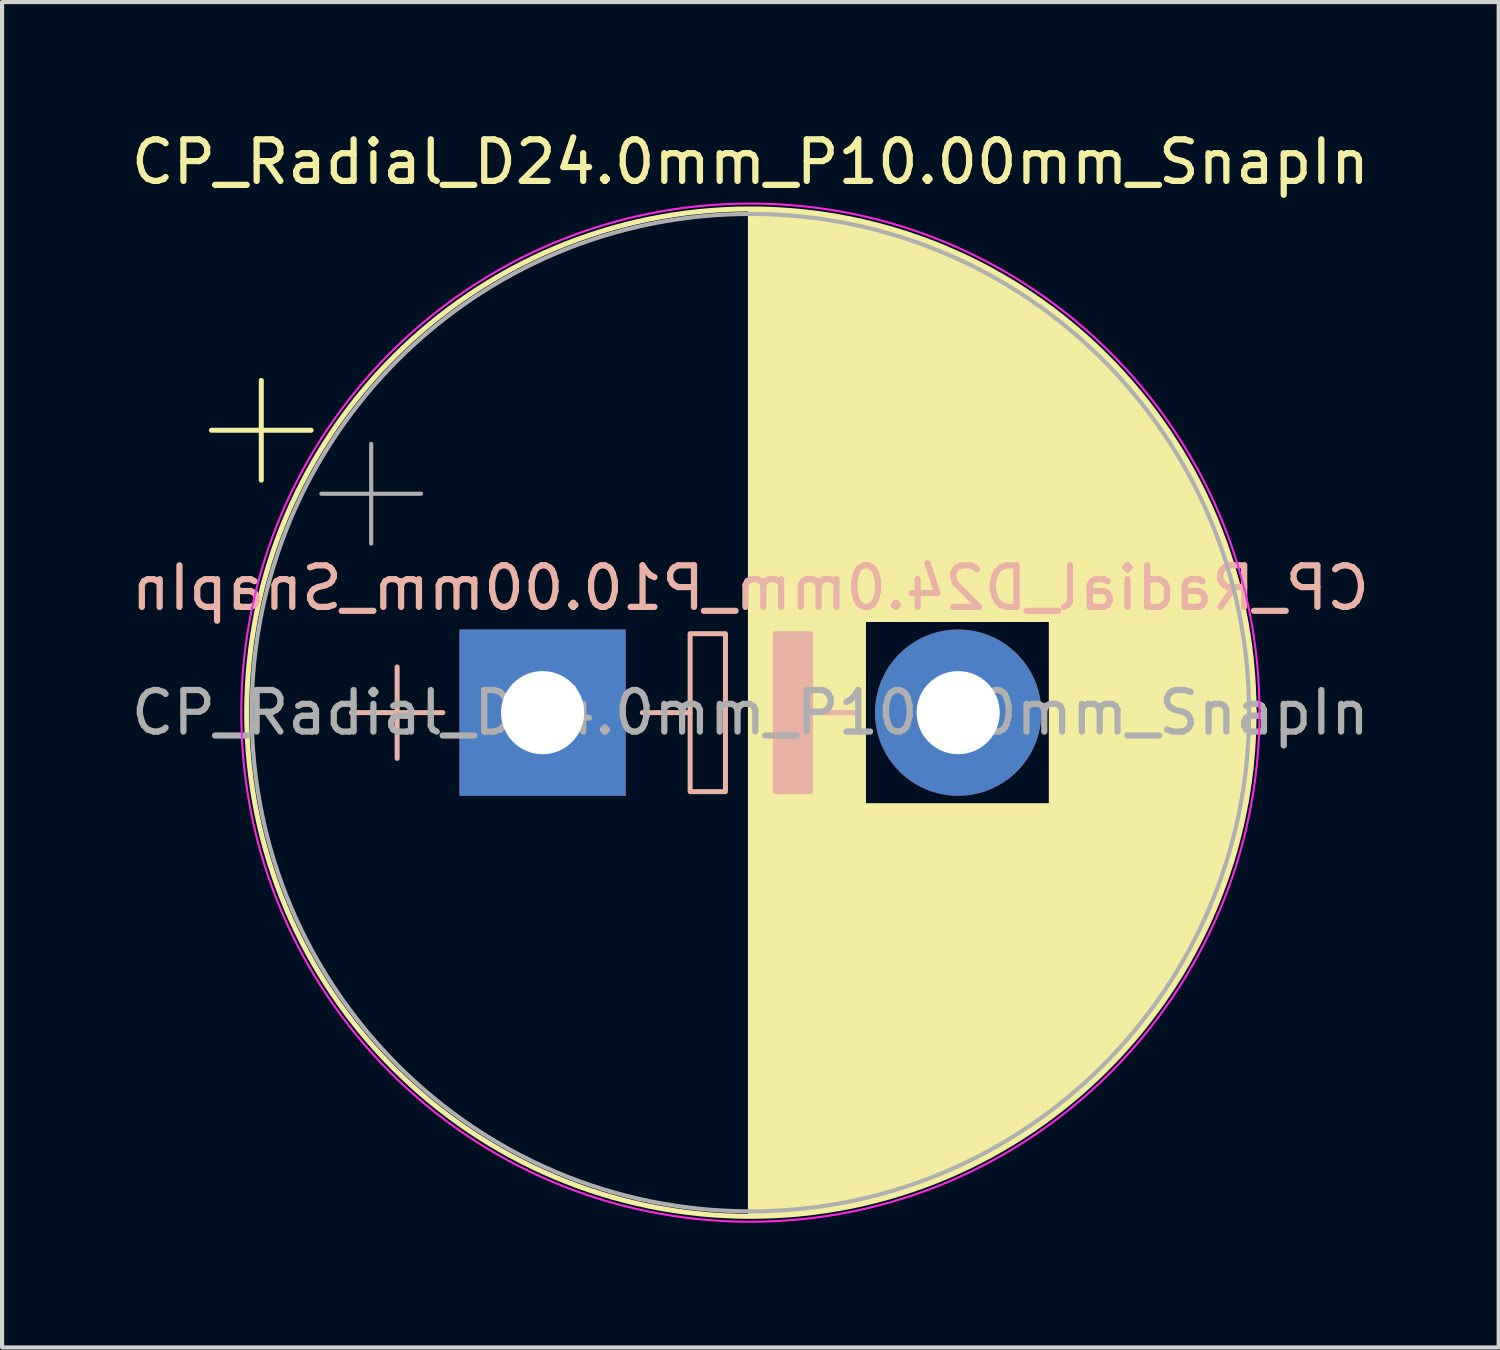
<source format=kicad_pcb>
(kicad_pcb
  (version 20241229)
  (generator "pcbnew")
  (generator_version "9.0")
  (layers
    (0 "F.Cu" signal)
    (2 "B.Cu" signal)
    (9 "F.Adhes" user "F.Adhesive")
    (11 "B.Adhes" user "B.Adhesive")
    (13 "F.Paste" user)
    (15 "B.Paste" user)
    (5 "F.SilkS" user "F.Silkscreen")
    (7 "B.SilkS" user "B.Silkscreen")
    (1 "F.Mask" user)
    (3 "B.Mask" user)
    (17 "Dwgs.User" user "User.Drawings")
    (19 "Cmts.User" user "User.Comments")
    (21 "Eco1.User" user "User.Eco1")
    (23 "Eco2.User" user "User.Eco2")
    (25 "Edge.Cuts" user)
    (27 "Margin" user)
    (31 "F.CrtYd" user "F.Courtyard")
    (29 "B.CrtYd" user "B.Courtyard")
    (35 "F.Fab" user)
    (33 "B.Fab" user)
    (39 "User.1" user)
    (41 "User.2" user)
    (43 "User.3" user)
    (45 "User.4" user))
  (footprint "CP_Radial_D24.0mm_P10.00mm_SnapIn"
    (layer "F.Cu")
    (at 10.006 14.098)
    (property "Reference" "CP_Radial_D24.0mm_P10.00mm_SnapIn" (at 5 -13.25 0) (layer "F.SilkS") (effects (font (size 1 1) (thickness 0.15))))
    (fp_line (start -7.969 -6.795) (end -5.569 -6.795) (stroke (width 0.12) (type solid)) (layer "F.SilkS"))
    (fp_line (start -6.769 -7.995) (end -6.769 -5.595) (stroke (width 0.12) (type solid)) (layer "F.SilkS"))
    (fp_line (start 5 -12.081) (end 5 12.081) (stroke (width 0.12) (type solid)) (layer "F.SilkS"))
    (fp_line (start 5.04 -12.08) (end 5.04 12.08) (stroke (width 0.12) (type solid)) (layer "F.SilkS"))
    (fp_line (start 5.08 -12.08) (end 5.08 12.08) (stroke (width 0.12) (type solid)) (layer "F.SilkS"))
    (fp_line (start 5.12 -12.08) (end 5.12 12.08) (stroke (width 0.12) (type solid)) (layer "F.SilkS"))
    (fp_line (start 5.16 -12.079) (end 5.16 12.079) (stroke (width 0.12) (type solid)) (layer "F.SilkS"))
    (fp_line (start 5.2 -12.079) (end 5.2 12.079) (stroke (width 0.12) (type solid)) (layer "F.SilkS"))
    (fp_line (start 5.24 -12.078) (end 5.24 12.078) (stroke (width 0.12) (type solid)) (layer "F.SilkS"))
    (fp_line (start 5.28 -12.077) (end 5.28 12.077) (stroke (width 0.12) (type solid)) (layer "F.SilkS"))
    (fp_line (start 5.32 -12.076) (end 5.32 12.076) (stroke (width 0.12) (type solid)) (layer "F.SilkS"))
    (fp_line (start 5.36 -12.075) (end 5.36 12.075) (stroke (width 0.12) (type solid)) (layer "F.SilkS"))
    (fp_line (start 5.4 -12.074) (end 5.4 12.074) (stroke (width 0.12) (type solid)) (layer "F.SilkS"))
    (fp_line (start 5.44 -12.073) (end 5.44 12.073) (stroke (width 0.12) (type solid)) (layer "F.SilkS"))
    (fp_line (start 5.48 -12.071) (end 5.48 12.071) (stroke (width 0.12) (type solid)) (layer "F.SilkS"))
    (fp_line (start 5.52 -12.069) (end 5.52 12.069) (stroke (width 0.12) (type solid)) (layer "F.SilkS"))
    (fp_line (start 5.56 -12.068) (end 5.56 12.068) (stroke (width 0.12) (type solid)) (layer "F.SilkS"))
    (fp_line (start 5.6 -12.066) (end 5.6 12.066) (stroke (width 0.12) (type solid)) (layer "F.SilkS"))
    (fp_line (start 5.64 -12.064) (end 5.64 12.064) (stroke (width 0.12) (type solid)) (layer "F.SilkS"))
    (fp_line (start 5.68 -12.061) (end 5.68 12.061) (stroke (width 0.12) (type solid)) (layer "F.SilkS"))
    (fp_line (start 5.721 -12.059) (end 5.721 12.059) (stroke (width 0.12) (type solid)) (layer "F.SilkS"))
    (fp_line (start 5.761 -12.057) (end 5.761 12.057) (stroke (width 0.12) (type solid)) (layer "F.SilkS"))
    (fp_line (start 5.801 -12.054) (end 5.801 12.054) (stroke (width 0.12) (type solid)) (layer "F.SilkS"))
    (fp_line (start 5.841 -12.051) (end 5.841 12.051) (stroke (width 0.12) (type solid)) (layer "F.SilkS"))
    (fp_line (start 5.881 -12.049) (end 5.881 12.049) (stroke (width 0.12) (type solid)) (layer "F.SilkS"))
    (fp_line (start 5.921 -12.046) (end 5.921 12.046) (stroke (width 0.12) (type solid)) (layer "F.SilkS"))
    (fp_line (start 5.961 -12.042) (end 5.961 12.042) (stroke (width 0.12) (type solid)) (layer "F.SilkS"))
    (fp_line (start 6.001 -12.039) (end 6.001 12.039) (stroke (width 0.12) (type solid)) (layer "F.SilkS"))
    (fp_line (start 6.041 -12.036) (end 6.041 12.036) (stroke (width 0.12) (type solid)) (layer "F.SilkS"))
    (fp_line (start 6.081 -12.032) (end 6.081 12.032) (stroke (width 0.12) (type solid)) (layer "F.SilkS"))
    (fp_line (start 6.121 -12.029) (end 6.121 12.029) (stroke (width 0.12) (type solid)) (layer "F.SilkS"))
    (fp_line (start 6.161 -12.025) (end 6.161 12.025) (stroke (width 0.12) (type solid)) (layer "F.SilkS"))
    (fp_line (start 6.201 -12.021) (end 6.201 12.021) (stroke (width 0.12) (type solid)) (layer "F.SilkS"))
    (fp_line (start 6.241 -12.017) (end 6.241 12.017) (stroke (width 0.12) (type solid)) (layer "F.SilkS"))
    (fp_line (start 6.281 -12.013) (end 6.281 12.013) (stroke (width 0.12) (type solid)) (layer "F.SilkS"))
    (fp_line (start 6.321 -12.008) (end 6.321 12.008) (stroke (width 0.12) (type solid)) (layer "F.SilkS"))
    (fp_line (start 6.361 -12.004) (end 6.361 12.004) (stroke (width 0.12) (type solid)) (layer "F.SilkS"))
    (fp_line (start 6.401 -11.999) (end 6.401 11.999) (stroke (width 0.12) (type solid)) (layer "F.SilkS"))
    (fp_line (start 6.441 -11.995) (end 6.441 11.995) (stroke (width 0.12) (type solid)) (layer "F.SilkS"))
    (fp_line (start 6.481 -11.99) (end 6.481 11.99) (stroke (width 0.12) (type solid)) (layer "F.SilkS"))
    (fp_line (start 6.521 -11.985) (end 6.521 11.985) (stroke (width 0.12) (type solid)) (layer "F.SilkS"))
    (fp_line (start 6.561 -11.98) (end 6.561 11.98) (stroke (width 0.12) (type solid)) (layer "F.SilkS"))
    (fp_line (start 6.601 -11.974) (end 6.601 11.974) (stroke (width 0.12) (type solid)) (layer "F.SilkS"))
    (fp_line (start 6.641 -11.969) (end 6.641 11.969) (stroke (width 0.12) (type solid)) (layer "F.SilkS"))
    (fp_line (start 6.681 -11.963) (end 6.681 11.963) (stroke (width 0.12) (type solid)) (layer "F.SilkS"))
    (fp_line (start 6.721 -11.958) (end 6.721 11.958) (stroke (width 0.12) (type solid)) (layer "F.SilkS"))
    (fp_line (start 6.761 -11.952) (end 6.761 11.952) (stroke (width 0.12) (type solid)) (layer "F.SilkS"))
    (fp_line (start 6.801 -11.946) (end 6.801 11.946) (stroke (width 0.12) (type solid)) (layer "F.SilkS"))
    (fp_line (start 6.841 -11.94) (end 6.841 11.94) (stroke (width 0.12) (type solid)) (layer "F.SilkS"))
    (fp_line (start 6.881 -11.934) (end 6.881 11.934) (stroke (width 0.12) (type solid)) (layer "F.SilkS"))
    (fp_line (start 6.921 -11.927) (end 6.921 11.927) (stroke (width 0.12) (type solid)) (layer "F.SilkS"))
    (fp_line (start 6.961 -11.921) (end 6.961 11.921) (stroke (width 0.12) (type solid)) (layer "F.SilkS"))
    (fp_line (start 7.001 -11.914) (end 7.001 11.914) (stroke (width 0.12) (type solid)) (layer "F.SilkS"))
    (fp_line (start 7.041 -11.908) (end 7.041 11.908) (stroke (width 0.12) (type solid)) (layer "F.SilkS"))
    (fp_line (start 7.081 -11.901) (end 7.081 11.901) (stroke (width 0.12) (type solid)) (layer "F.SilkS"))
    (fp_line (start 7.121 -11.894) (end 7.121 11.894) (stroke (width 0.12) (type solid)) (layer "F.SilkS"))
    (fp_line (start 7.161 -11.886) (end 7.161 11.886) (stroke (width 0.12) (type solid)) (layer "F.SilkS"))
    (fp_line (start 7.201 -11.879) (end 7.201 11.879) (stroke (width 0.12) (type solid)) (layer "F.SilkS"))
    (fp_line (start 7.241 -11.872) (end 7.241 11.872) (stroke (width 0.12) (type solid)) (layer "F.SilkS"))
    (fp_line (start 7.281 -11.864) (end 7.281 11.864) (stroke (width 0.12) (type solid)) (layer "F.SilkS"))
    (fp_line (start 7.321 -11.856) (end 7.321 11.856) (stroke (width 0.12) (type solid)) (layer "F.SilkS"))
    (fp_line (start 7.361 -11.849) (end 7.361 11.849) (stroke (width 0.12) (type solid)) (layer "F.SilkS"))
    (fp_line (start 7.401 -11.841) (end 7.401 11.841) (stroke (width 0.12) (type solid)) (layer "F.SilkS"))
    (fp_line (start 7.441 -11.832) (end 7.441 11.832) (stroke (width 0.12) (type solid)) (layer "F.SilkS"))
    (fp_line (start 7.481 -11.824) (end 7.481 11.824) (stroke (width 0.12) (type solid)) (layer "F.SilkS"))
    (fp_line (start 7.521 -11.816) (end 7.521 11.816) (stroke (width 0.12) (type solid)) (layer "F.SilkS"))
    (fp_line (start 7.561 -11.807) (end 7.561 11.807) (stroke (width 0.12) (type solid)) (layer "F.SilkS"))
    (fp_line (start 7.601 -11.798) (end 7.601 11.798) (stroke (width 0.12) (type solid)) (layer "F.SilkS"))
    (fp_line (start 7.641 -11.789) (end 7.641 11.789) (stroke (width 0.12) (type solid)) (layer "F.SilkS"))
    (fp_line (start 7.681 -11.78) (end 7.681 11.78) (stroke (width 0.12) (type solid)) (layer "F.SilkS"))
    (fp_line (start 7.721 -11.771) (end 7.721 11.771) (stroke (width 0.12) (type solid)) (layer "F.SilkS"))
    (fp_line (start 7.761 -11.762) (end 7.761 -2.24) (stroke (width 0.12) (type solid)) (layer "F.SilkS"))
    (fp_line (start 7.761 2.24) (end 7.761 11.762) (stroke (width 0.12) (type solid)) (layer "F.SilkS"))
    (fp_line (start 7.801 -11.753) (end 7.801 -2.24) (stroke (width 0.12) (type solid)) (layer "F.SilkS"))
    (fp_line (start 7.801 2.24) (end 7.801 11.753) (stroke (width 0.12) (type solid)) (layer "F.SilkS"))
    (fp_line (start 7.841 -11.743) (end 7.841 -2.24) (stroke (width 0.12) (type solid)) (layer "F.SilkS"))
    (fp_line (start 7.841 2.24) (end 7.841 11.743) (stroke (width 0.12) (type solid)) (layer "F.SilkS"))
    (fp_line (start 7.881 -11.733) (end 7.881 -2.24) (stroke (width 0.12) (type solid)) (layer "F.SilkS"))
    (fp_line (start 7.881 2.24) (end 7.881 11.733) (stroke (width 0.12) (type solid)) (layer "F.SilkS"))
    (fp_line (start 7.921 -11.723) (end 7.921 -2.24) (stroke (width 0.12) (type solid)) (layer "F.SilkS"))
    (fp_line (start 7.921 2.24) (end 7.921 11.723) (stroke (width 0.12) (type solid)) (layer "F.SilkS"))
    (fp_line (start 7.961 -11.713) (end 7.961 -2.24) (stroke (width 0.12) (type solid)) (layer "F.SilkS"))
    (fp_line (start 7.961 2.24) (end 7.961 11.713) (stroke (width 0.12) (type solid)) (layer "F.SilkS"))
    (fp_line (start 8.001 -11.703) (end 8.001 -2.24) (stroke (width 0.12) (type solid)) (layer "F.SilkS"))
    (fp_line (start 8.001 2.24) (end 8.001 11.703) (stroke (width 0.12) (type solid)) (layer "F.SilkS"))
    (fp_line (start 8.041 -11.693) (end 8.041 -2.24) (stroke (width 0.12) (type solid)) (layer "F.SilkS"))
    (fp_line (start 8.041 2.24) (end 8.041 11.693) (stroke (width 0.12) (type solid)) (layer "F.SilkS"))
    (fp_line (start 8.081 -11.683) (end 8.081 -2.24) (stroke (width 0.12) (type solid)) (layer "F.SilkS"))
    (fp_line (start 8.081 2.24) (end 8.081 11.683) (stroke (width 0.12) (type solid)) (layer "F.SilkS"))
    (fp_line (start 8.121 -11.672) (end 8.121 -2.24) (stroke (width 0.12) (type solid)) (layer "F.SilkS"))
    (fp_line (start 8.121 2.24) (end 8.121 11.672) (stroke (width 0.12) (type solid)) (layer "F.SilkS"))
    (fp_line (start 8.161 -11.661) (end 8.161 -2.24) (stroke (width 0.12) (type solid)) (layer "F.SilkS"))
    (fp_line (start 8.161 2.24) (end 8.161 11.661) (stroke (width 0.12) (type solid)) (layer "F.SilkS"))
    (fp_line (start 8.201 -11.65) (end 8.201 -2.24) (stroke (width 0.12) (type solid)) (layer "F.SilkS"))
    (fp_line (start 8.201 2.24) (end 8.201 11.65) (stroke (width 0.12) (type solid)) (layer "F.SilkS"))
    (fp_line (start 8.241 -11.639) (end 8.241 -2.24) (stroke (width 0.12) (type solid)) (layer "F.SilkS"))
    (fp_line (start 8.241 2.24) (end 8.241 11.639) (stroke (width 0.12) (type solid)) (layer "F.SilkS"))
    (fp_line (start 8.281 -11.628) (end 8.281 -2.24) (stroke (width 0.12) (type solid)) (layer "F.SilkS"))
    (fp_line (start 8.281 2.24) (end 8.281 11.628) (stroke (width 0.12) (type solid)) (layer "F.SilkS"))
    (fp_line (start 8.321 -11.617) (end 8.321 -2.24) (stroke (width 0.12) (type solid)) (layer "F.SilkS"))
    (fp_line (start 8.321 2.24) (end 8.321 11.617) (stroke (width 0.12) (type solid)) (layer "F.SilkS"))
    (fp_line (start 8.361 -11.605) (end 8.361 -2.24) (stroke (width 0.12) (type solid)) (layer "F.SilkS"))
    (fp_line (start 8.361 2.24) (end 8.361 11.605) (stroke (width 0.12) (type solid)) (layer "F.SilkS"))
    (fp_line (start 8.401 -11.594) (end 8.401 -2.24) (stroke (width 0.12) (type solid)) (layer "F.SilkS"))
    (fp_line (start 8.401 2.24) (end 8.401 11.594) (stroke (width 0.12) (type solid)) (layer "F.SilkS"))
    (fp_line (start 8.441 -11.582) (end 8.441 -2.24) (stroke (width 0.12) (type solid)) (layer "F.SilkS"))
    (fp_line (start 8.441 2.24) (end 8.441 11.582) (stroke (width 0.12) (type solid)) (layer "F.SilkS"))
    (fp_line (start 8.481 -11.57) (end 8.481 -2.24) (stroke (width 0.12) (type solid)) (layer "F.SilkS"))
    (fp_line (start 8.481 2.24) (end 8.481 11.57) (stroke (width 0.12) (type solid)) (layer "F.SilkS"))
    (fp_line (start 8.521 -11.558) (end 8.521 -2.24) (stroke (width 0.12) (type solid)) (layer "F.SilkS"))
    (fp_line (start 8.521 2.24) (end 8.521 11.558) (stroke (width 0.12) (type solid)) (layer "F.SilkS"))
    (fp_line (start 8.561 -11.546) (end 8.561 -2.24) (stroke (width 0.12) (type solid)) (layer "F.SilkS"))
    (fp_line (start 8.561 2.24) (end 8.561 11.546) (stroke (width 0.12) (type solid)) (layer "F.SilkS"))
    (fp_line (start 8.601 -11.534) (end 8.601 -2.24) (stroke (width 0.12) (type solid)) (layer "F.SilkS"))
    (fp_line (start 8.601 2.24) (end 8.601 11.534) (stroke (width 0.12) (type solid)) (layer "F.SilkS"))
    (fp_line (start 8.641 -11.521) (end 8.641 -2.24) (stroke (width 0.12) (type solid)) (layer "F.SilkS"))
    (fp_line (start 8.641 2.24) (end 8.641 11.521) (stroke (width 0.12) (type solid)) (layer "F.SilkS"))
    (fp_line (start 8.681 -11.508) (end 8.681 -2.24) (stroke (width 0.12) (type solid)) (layer "F.SilkS"))
    (fp_line (start 8.681 2.24) (end 8.681 11.508) (stroke (width 0.12) (type solid)) (layer "F.SilkS"))
    (fp_line (start 8.721 -11.495) (end 8.721 -2.24) (stroke (width 0.12) (type solid)) (layer "F.SilkS"))
    (fp_line (start 8.721 2.24) (end 8.721 11.495) (stroke (width 0.12) (type solid)) (layer "F.SilkS"))
    (fp_line (start 8.761 -11.483) (end 8.761 -2.24) (stroke (width 0.12) (type solid)) (layer "F.SilkS"))
    (fp_line (start 8.761 2.24) (end 8.761 11.483) (stroke (width 0.12) (type solid)) (layer "F.SilkS"))
    (fp_line (start 8.801 -11.469) (end 8.801 -2.24) (stroke (width 0.12) (type solid)) (layer "F.SilkS"))
    (fp_line (start 8.801 2.24) (end 8.801 11.469) (stroke (width 0.12) (type solid)) (layer "F.SilkS"))
    (fp_line (start 8.841 -11.456) (end 8.841 -2.24) (stroke (width 0.12) (type solid)) (layer "F.SilkS"))
    (fp_line (start 8.841 2.24) (end 8.841 11.456) (stroke (width 0.12) (type solid)) (layer "F.SilkS"))
    (fp_line (start 8.881 -11.443) (end 8.881 -2.24) (stroke (width 0.12) (type solid)) (layer "F.SilkS"))
    (fp_line (start 8.881 2.24) (end 8.881 11.443) (stroke (width 0.12) (type solid)) (layer "F.SilkS"))
    (fp_line (start 8.921 -11.429) (end 8.921 -2.24) (stroke (width 0.12) (type solid)) (layer "F.SilkS"))
    (fp_line (start 8.921 2.24) (end 8.921 11.429) (stroke (width 0.12) (type solid)) (layer "F.SilkS"))
    (fp_line (start 8.961 -11.415) (end 8.961 -2.24) (stroke (width 0.12) (type solid)) (layer "F.SilkS"))
    (fp_line (start 8.961 2.24) (end 8.961 11.415) (stroke (width 0.12) (type solid)) (layer "F.SilkS"))
    (fp_line (start 9.001 -11.401) (end 9.001 -2.24) (stroke (width 0.12) (type solid)) (layer "F.SilkS"))
    (fp_line (start 9.001 2.24) (end 9.001 11.401) (stroke (width 0.12) (type solid)) (layer "F.SilkS"))
    (fp_line (start 9.041 -11.387) (end 9.041 -2.24) (stroke (width 0.12) (type solid)) (layer "F.SilkS"))
    (fp_line (start 9.041 2.24) (end 9.041 11.387) (stroke (width 0.12) (type solid)) (layer "F.SilkS"))
    (fp_line (start 9.081 -11.373) (end 9.081 -2.24) (stroke (width 0.12) (type solid)) (layer "F.SilkS"))
    (fp_line (start 9.081 2.24) (end 9.081 11.373) (stroke (width 0.12) (type solid)) (layer "F.SilkS"))
    (fp_line (start 9.121 -11.359) (end 9.121 -2.24) (stroke (width 0.12) (type solid)) (layer "F.SilkS"))
    (fp_line (start 9.121 2.24) (end 9.121 11.359) (stroke (width 0.12) (type solid)) (layer "F.SilkS"))
    (fp_line (start 9.161 -11.344) (end 9.161 -2.24) (stroke (width 0.12) (type solid)) (layer "F.SilkS"))
    (fp_line (start 9.161 2.24) (end 9.161 11.344) (stroke (width 0.12) (type solid)) (layer "F.SilkS"))
    (fp_line (start 9.201 -11.33) (end 9.201 -2.24) (stroke (width 0.12) (type solid)) (layer "F.SilkS"))
    (fp_line (start 9.201 2.24) (end 9.201 11.33) (stroke (width 0.12) (type solid)) (layer "F.SilkS"))
    (fp_line (start 9.241 -11.315) (end 9.241 -2.24) (stroke (width 0.12) (type solid)) (layer "F.SilkS"))
    (fp_line (start 9.241 2.24) (end 9.241 11.315) (stroke (width 0.12) (type solid)) (layer "F.SilkS"))
    (fp_line (start 9.281 -11.3) (end 9.281 -2.24) (stroke (width 0.12) (type solid)) (layer "F.SilkS"))
    (fp_line (start 9.281 2.24) (end 9.281 11.3) (stroke (width 0.12) (type solid)) (layer "F.SilkS"))
    (fp_line (start 9.321 -11.284) (end 9.321 -2.24) (stroke (width 0.12) (type solid)) (layer "F.SilkS"))
    (fp_line (start 9.321 2.24) (end 9.321 11.284) (stroke (width 0.12) (type solid)) (layer "F.SilkS"))
    (fp_line (start 9.361 -11.269) (end 9.361 -2.24) (stroke (width 0.12) (type solid)) (layer "F.SilkS"))
    (fp_line (start 9.361 2.24) (end 9.361 11.269) (stroke (width 0.12) (type solid)) (layer "F.SilkS"))
    (fp_line (start 9.401 -11.254) (end 9.401 -2.24) (stroke (width 0.12) (type solid)) (layer "F.SilkS"))
    (fp_line (start 9.401 2.24) (end 9.401 11.254) (stroke (width 0.12) (type solid)) (layer "F.SilkS"))
    (fp_line (start 9.441 -11.238) (end 9.441 -2.24) (stroke (width 0.12) (type solid)) (layer "F.SilkS"))
    (fp_line (start 9.441 2.24) (end 9.441 11.238) (stroke (width 0.12) (type solid)) (layer "F.SilkS"))
    (fp_line (start 9.481 -11.222) (end 9.481 -2.24) (stroke (width 0.12) (type solid)) (layer "F.SilkS"))
    (fp_line (start 9.481 2.24) (end 9.481 11.222) (stroke (width 0.12) (type solid)) (layer "F.SilkS"))
    (fp_line (start 9.521 -11.206) (end 9.521 -2.24) (stroke (width 0.12) (type solid)) (layer "F.SilkS"))
    (fp_line (start 9.521 2.24) (end 9.521 11.206) (stroke (width 0.12) (type solid)) (layer "F.SilkS"))
    (fp_line (start 9.561 -11.19) (end 9.561 -2.24) (stroke (width 0.12) (type solid)) (layer "F.SilkS"))
    (fp_line (start 9.561 2.24) (end 9.561 11.19) (stroke (width 0.12) (type solid)) (layer "F.SilkS"))
    (fp_line (start 9.601 -11.174) (end 9.601 -2.24) (stroke (width 0.12) (type solid)) (layer "F.SilkS"))
    (fp_line (start 9.601 2.24) (end 9.601 11.174) (stroke (width 0.12) (type solid)) (layer "F.SilkS"))
    (fp_line (start 9.641 -11.157) (end 9.641 -2.24) (stroke (width 0.12) (type solid)) (layer "F.SilkS"))
    (fp_line (start 9.641 2.24) (end 9.641 11.157) (stroke (width 0.12) (type solid)) (layer "F.SilkS"))
    (fp_line (start 9.681 -11.14) (end 9.681 -2.24) (stroke (width 0.12) (type solid)) (layer "F.SilkS"))
    (fp_line (start 9.681 2.24) (end 9.681 11.14) (stroke (width 0.12) (type solid)) (layer "F.SilkS"))
    (fp_line (start 9.721 -11.124) (end 9.721 -2.24) (stroke (width 0.12) (type solid)) (layer "F.SilkS"))
    (fp_line (start 9.721 2.24) (end 9.721 11.124) (stroke (width 0.12) (type solid)) (layer "F.SilkS"))
    (fp_line (start 9.761 -11.107) (end 9.761 -2.24) (stroke (width 0.12) (type solid)) (layer "F.SilkS"))
    (fp_line (start 9.761 2.24) (end 9.761 11.107) (stroke (width 0.12) (type solid)) (layer "F.SilkS"))
    (fp_line (start 9.801 -11.089) (end 9.801 -2.24) (stroke (width 0.12) (type solid)) (layer "F.SilkS"))
    (fp_line (start 9.801 2.24) (end 9.801 11.089) (stroke (width 0.12) (type solid)) (layer "F.SilkS"))
    (fp_line (start 9.841 -11.072) (end 9.841 -2.24) (stroke (width 0.12) (type solid)) (layer "F.SilkS"))
    (fp_line (start 9.841 2.24) (end 9.841 11.072) (stroke (width 0.12) (type solid)) (layer "F.SilkS"))
    (fp_line (start 9.881 -11.055) (end 9.881 -2.24) (stroke (width 0.12) (type solid)) (layer "F.SilkS"))
    (fp_line (start 9.881 2.24) (end 9.881 11.055) (stroke (width 0.12) (type solid)) (layer "F.SilkS"))
    (fp_line (start 9.921 -11.037) (end 9.921 -2.24) (stroke (width 0.12) (type solid)) (layer "F.SilkS"))
    (fp_line (start 9.921 2.24) (end 9.921 11.037) (stroke (width 0.12) (type solid)) (layer "F.SilkS"))
    (fp_line (start 9.961 -11.019) (end 9.961 -2.24) (stroke (width 0.12) (type solid)) (layer "F.SilkS"))
    (fp_line (start 9.961 2.24) (end 9.961 11.019) (stroke (width 0.12) (type solid)) (layer "F.SilkS"))
    (fp_line (start 10.001 -11.001) (end 10.001 -2.24) (stroke (width 0.12) (type solid)) (layer "F.SilkS"))
    (fp_line (start 10.001 2.24) (end 10.001 11.001) (stroke (width 0.12) (type solid)) (layer "F.SilkS"))
    (fp_line (start 10.041 -10.983) (end 10.041 -2.24) (stroke (width 0.12) (type solid)) (layer "F.SilkS"))
    (fp_line (start 10.041 2.24) (end 10.041 10.983) (stroke (width 0.12) (type solid)) (layer "F.SilkS"))
    (fp_line (start 10.081 -10.964) (end 10.081 -2.24) (stroke (width 0.12) (type solid)) (layer "F.SilkS"))
    (fp_line (start 10.081 2.24) (end 10.081 10.964) (stroke (width 0.12) (type solid)) (layer "F.SilkS"))
    (fp_line (start 10.121 -10.946) (end 10.121 -2.24) (stroke (width 0.12) (type solid)) (layer "F.SilkS"))
    (fp_line (start 10.121 2.24) (end 10.121 10.946) (stroke (width 0.12) (type solid)) (layer "F.SilkS"))
    (fp_line (start 10.161 -10.927) (end 10.161 -2.24) (stroke (width 0.12) (type solid)) (layer "F.SilkS"))
    (fp_line (start 10.161 2.24) (end 10.161 10.927) (stroke (width 0.12) (type solid)) (layer "F.SilkS"))
    (fp_line (start 10.201 -10.908) (end 10.201 -2.24) (stroke (width 0.12) (type solid)) (layer "F.SilkS"))
    (fp_line (start 10.201 2.24) (end 10.201 10.908) (stroke (width 0.12) (type solid)) (layer "F.SilkS"))
    (fp_line (start 10.241 -10.889) (end 10.241 -2.24) (stroke (width 0.12) (type solid)) (layer "F.SilkS"))
    (fp_line (start 10.241 2.24) (end 10.241 10.889) (stroke (width 0.12) (type solid)) (layer "F.SilkS"))
    (fp_line (start 10.281 -10.87) (end 10.281 -2.24) (stroke (width 0.12) (type solid)) (layer "F.SilkS"))
    (fp_line (start 10.281 2.24) (end 10.281 10.87) (stroke (width 0.12) (type solid)) (layer "F.SilkS"))
    (fp_line (start 10.321 -10.85) (end 10.321 -2.24) (stroke (width 0.12) (type solid)) (layer "F.SilkS"))
    (fp_line (start 10.321 2.24) (end 10.321 10.85) (stroke (width 0.12) (type solid)) (layer "F.SilkS"))
    (fp_line (start 10.361 -10.831) (end 10.361 -2.24) (stroke (width 0.12) (type solid)) (layer "F.SilkS"))
    (fp_line (start 10.361 2.24) (end 10.361 10.831) (stroke (width 0.12) (type solid)) (layer "F.SilkS"))
    (fp_line (start 10.401 -10.811) (end 10.401 -2.24) (stroke (width 0.12) (type solid)) (layer "F.SilkS"))
    (fp_line (start 10.401 2.24) (end 10.401 10.811) (stroke (width 0.12) (type solid)) (layer "F.SilkS"))
    (fp_line (start 10.441 -10.791) (end 10.441 -2.24) (stroke (width 0.12) (type solid)) (layer "F.SilkS"))
    (fp_line (start 10.441 2.24) (end 10.441 10.791) (stroke (width 0.12) (type solid)) (layer "F.SilkS"))
    (fp_line (start 10.481 -10.771) (end 10.481 -2.24) (stroke (width 0.12) (type solid)) (layer "F.SilkS"))
    (fp_line (start 10.481 2.24) (end 10.481 10.771) (stroke (width 0.12) (type solid)) (layer "F.SilkS"))
    (fp_line (start 10.521 -10.75) (end 10.521 -2.24) (stroke (width 0.12) (type solid)) (layer "F.SilkS"))
    (fp_line (start 10.521 2.24) (end 10.521 10.75) (stroke (width 0.12) (type solid)) (layer "F.SilkS"))
    (fp_line (start 10.561 -10.73) (end 10.561 -2.24) (stroke (width 0.12) (type solid)) (layer "F.SilkS"))
    (fp_line (start 10.561 2.24) (end 10.561 10.73) (stroke (width 0.12) (type solid)) (layer "F.SilkS"))
    (fp_line (start 10.601 -10.709) (end 10.601 -2.24) (stroke (width 0.12) (type solid)) (layer "F.SilkS"))
    (fp_line (start 10.601 2.24) (end 10.601 10.709) (stroke (width 0.12) (type solid)) (layer "F.SilkS"))
    (fp_line (start 10.641 -10.688) (end 10.641 -2.24) (stroke (width 0.12) (type solid)) (layer "F.SilkS"))
    (fp_line (start 10.641 2.24) (end 10.641 10.688) (stroke (width 0.12) (type solid)) (layer "F.SilkS"))
    (fp_line (start 10.681 -10.667) (end 10.681 -2.24) (stroke (width 0.12) (type solid)) (layer "F.SilkS"))
    (fp_line (start 10.681 2.24) (end 10.681 10.667) (stroke (width 0.12) (type solid)) (layer "F.SilkS"))
    (fp_line (start 10.721 -10.646) (end 10.721 -2.24) (stroke (width 0.12) (type solid)) (layer "F.SilkS"))
    (fp_line (start 10.721 2.24) (end 10.721 10.646) (stroke (width 0.12) (type solid)) (layer "F.SilkS"))
    (fp_line (start 10.761 -10.624) (end 10.761 -2.24) (stroke (width 0.12) (type solid)) (layer "F.SilkS"))
    (fp_line (start 10.761 2.24) (end 10.761 10.624) (stroke (width 0.12) (type solid)) (layer "F.SilkS"))
    (fp_line (start 10.801 -10.603) (end 10.801 -2.24) (stroke (width 0.12) (type solid)) (layer "F.SilkS"))
    (fp_line (start 10.801 2.24) (end 10.801 10.603) (stroke (width 0.12) (type solid)) (layer "F.SilkS"))
    (fp_line (start 10.841 -10.581) (end 10.841 -2.24) (stroke (width 0.12) (type solid)) (layer "F.SilkS"))
    (fp_line (start 10.841 2.24) (end 10.841 10.581) (stroke (width 0.12) (type solid)) (layer "F.SilkS"))
    (fp_line (start 10.881 -10.559) (end 10.881 -2.24) (stroke (width 0.12) (type solid)) (layer "F.SilkS"))
    (fp_line (start 10.881 2.24) (end 10.881 10.559) (stroke (width 0.12) (type solid)) (layer "F.SilkS"))
    (fp_line (start 10.921 -10.536) (end 10.921 -2.24) (stroke (width 0.12) (type solid)) (layer "F.SilkS"))
    (fp_line (start 10.921 2.24) (end 10.921 10.536) (stroke (width 0.12) (type solid)) (layer "F.SilkS"))
    (fp_line (start 10.961 -10.514) (end 10.961 -2.24) (stroke (width 0.12) (type solid)) (layer "F.SilkS"))
    (fp_line (start 10.961 2.24) (end 10.961 10.514) (stroke (width 0.12) (type solid)) (layer "F.SilkS"))
    (fp_line (start 11.001 -10.491) (end 11.001 -2.24) (stroke (width 0.12) (type solid)) (layer "F.SilkS"))
    (fp_line (start 11.001 2.24) (end 11.001 10.491) (stroke (width 0.12) (type solid)) (layer "F.SilkS"))
    (fp_line (start 11.041 -10.468) (end 11.041 -2.24) (stroke (width 0.12) (type solid)) (layer "F.SilkS"))
    (fp_line (start 11.041 2.24) (end 11.041 10.468) (stroke (width 0.12) (type solid)) (layer "F.SilkS"))
    (fp_line (start 11.081 -10.445) (end 11.081 -2.24) (stroke (width 0.12) (type solid)) (layer "F.SilkS"))
    (fp_line (start 11.081 2.24) (end 11.081 10.445) (stroke (width 0.12) (type solid)) (layer "F.SilkS"))
    (fp_line (start 11.121 -10.422) (end 11.121 -2.24) (stroke (width 0.12) (type solid)) (layer "F.SilkS"))
    (fp_line (start 11.121 2.24) (end 11.121 10.422) (stroke (width 0.12) (type solid)) (layer "F.SilkS"))
    (fp_line (start 11.161 -10.398) (end 11.161 -2.24) (stroke (width 0.12) (type solid)) (layer "F.SilkS"))
    (fp_line (start 11.161 2.24) (end 11.161 10.398) (stroke (width 0.12) (type solid)) (layer "F.SilkS"))
    (fp_line (start 11.201 -10.375) (end 11.201 -2.24) (stroke (width 0.12) (type solid)) (layer "F.SilkS"))
    (fp_line (start 11.201 2.24) (end 11.201 10.375) (stroke (width 0.12) (type solid)) (layer "F.SilkS"))
    (fp_line (start 11.241 -10.351) (end 11.241 -2.24) (stroke (width 0.12) (type solid)) (layer "F.SilkS"))
    (fp_line (start 11.241 2.24) (end 11.241 10.351) (stroke (width 0.12) (type solid)) (layer "F.SilkS"))
    (fp_line (start 11.281 -10.327) (end 11.281 -2.24) (stroke (width 0.12) (type solid)) (layer "F.SilkS"))
    (fp_line (start 11.281 2.24) (end 11.281 10.327) (stroke (width 0.12) (type solid)) (layer "F.SilkS"))
    (fp_line (start 11.321 -10.302) (end 11.321 -2.24) (stroke (width 0.12) (type solid)) (layer "F.SilkS"))
    (fp_line (start 11.321 2.24) (end 11.321 10.302) (stroke (width 0.12) (type solid)) (layer "F.SilkS"))
    (fp_line (start 11.361 -10.278) (end 11.361 -2.24) (stroke (width 0.12) (type solid)) (layer "F.SilkS"))
    (fp_line (start 11.361 2.24) (end 11.361 10.278) (stroke (width 0.12) (type solid)) (layer "F.SilkS"))
    (fp_line (start 11.401 -10.253) (end 11.401 -2.24) (stroke (width 0.12) (type solid)) (layer "F.SilkS"))
    (fp_line (start 11.401 2.24) (end 11.401 10.253) (stroke (width 0.12) (type solid)) (layer "F.SilkS"))
    (fp_line (start 11.441 -10.228) (end 11.441 -2.24) (stroke (width 0.12) (type solid)) (layer "F.SilkS"))
    (fp_line (start 11.441 2.24) (end 11.441 10.228) (stroke (width 0.12) (type solid)) (layer "F.SilkS"))
    (fp_line (start 11.481 -10.203) (end 11.481 -2.24) (stroke (width 0.12) (type solid)) (layer "F.SilkS"))
    (fp_line (start 11.481 2.24) (end 11.481 10.203) (stroke (width 0.12) (type solid)) (layer "F.SilkS"))
    (fp_line (start 11.521 -10.177) (end 11.521 -2.24) (stroke (width 0.12) (type solid)) (layer "F.SilkS"))
    (fp_line (start 11.521 2.24) (end 11.521 10.177) (stroke (width 0.12) (type solid)) (layer "F.SilkS"))
    (fp_line (start 11.561 -10.152) (end 11.561 -2.24) (stroke (width 0.12) (type solid)) (layer "F.SilkS"))
    (fp_line (start 11.561 2.24) (end 11.561 10.152) (stroke (width 0.12) (type solid)) (layer "F.SilkS"))
    (fp_line (start 11.601 -10.126) (end 11.601 -2.24) (stroke (width 0.12) (type solid)) (layer "F.SilkS"))
    (fp_line (start 11.601 2.24) (end 11.601 10.126) (stroke (width 0.12) (type solid)) (layer "F.SilkS"))
    (fp_line (start 11.641 -10.1) (end 11.641 -2.24) (stroke (width 0.12) (type solid)) (layer "F.SilkS"))
    (fp_line (start 11.641 2.24) (end 11.641 10.1) (stroke (width 0.12) (type solid)) (layer "F.SilkS"))
    (fp_line (start 11.681 -10.073) (end 11.681 -2.24) (stroke (width 0.12) (type solid)) (layer "F.SilkS"))
    (fp_line (start 11.681 2.24) (end 11.681 10.073) (stroke (width 0.12) (type solid)) (layer "F.SilkS"))
    (fp_line (start 11.721 -10.047) (end 11.721 -2.24) (stroke (width 0.12) (type solid)) (layer "F.SilkS"))
    (fp_line (start 11.721 2.24) (end 11.721 10.047) (stroke (width 0.12) (type solid)) (layer "F.SilkS"))
    (fp_line (start 11.761 -10.02) (end 11.761 -2.24) (stroke (width 0.12) (type solid)) (layer "F.SilkS"))
    (fp_line (start 11.761 2.24) (end 11.761 10.02) (stroke (width 0.12) (type solid)) (layer "F.SilkS"))
    (fp_line (start 11.801 -9.993) (end 11.801 -2.24) (stroke (width 0.12) (type solid)) (layer "F.SilkS"))
    (fp_line (start 11.801 2.24) (end 11.801 9.993) (stroke (width 0.12) (type solid)) (layer "F.SilkS"))
    (fp_line (start 11.841 -9.966) (end 11.841 -2.24) (stroke (width 0.12) (type solid)) (layer "F.SilkS"))
    (fp_line (start 11.841 2.24) (end 11.841 9.966) (stroke (width 0.12) (type solid)) (layer "F.SilkS"))
    (fp_line (start 11.881 -9.938) (end 11.881 -2.24) (stroke (width 0.12) (type solid)) (layer "F.SilkS"))
    (fp_line (start 11.881 2.24) (end 11.881 9.938) (stroke (width 0.12) (type solid)) (layer "F.SilkS"))
    (fp_line (start 11.921 -9.911) (end 11.921 -2.24) (stroke (width 0.12) (type solid)) (layer "F.SilkS"))
    (fp_line (start 11.921 2.24) (end 11.921 9.911) (stroke (width 0.12) (type solid)) (layer "F.SilkS"))
    (fp_line (start 11.961 -9.883) (end 11.961 -2.24) (stroke (width 0.12) (type solid)) (layer "F.SilkS"))
    (fp_line (start 11.961 2.24) (end 11.961 9.883) (stroke (width 0.12) (type solid)) (layer "F.SilkS"))
    (fp_line (start 12.001 -9.855) (end 12.001 -2.24) (stroke (width 0.12) (type solid)) (layer "F.SilkS"))
    (fp_line (start 12.001 2.24) (end 12.001 9.855) (stroke (width 0.12) (type solid)) (layer "F.SilkS"))
    (fp_line (start 12.041 -9.826) (end 12.041 -2.24) (stroke (width 0.12) (type solid)) (layer "F.SilkS"))
    (fp_line (start 12.041 2.24) (end 12.041 9.826) (stroke (width 0.12) (type solid)) (layer "F.SilkS"))
    (fp_line (start 12.081 -9.798) (end 12.081 -2.24) (stroke (width 0.12) (type solid)) (layer "F.SilkS"))
    (fp_line (start 12.081 2.24) (end 12.081 9.798) (stroke (width 0.12) (type solid)) (layer "F.SilkS"))
    (fp_line (start 12.121 -9.769) (end 12.121 -2.24) (stroke (width 0.12) (type solid)) (layer "F.SilkS"))
    (fp_line (start 12.121 2.24) (end 12.121 9.769) (stroke (width 0.12) (type solid)) (layer "F.SilkS"))
    (fp_line (start 12.161 -9.739) (end 12.161 -2.24) (stroke (width 0.12) (type solid)) (layer "F.SilkS"))
    (fp_line (start 12.161 2.24) (end 12.161 9.739) (stroke (width 0.12) (type solid)) (layer "F.SilkS"))
    (fp_line (start 12.201 -9.71) (end 12.201 -2.24) (stroke (width 0.12) (type solid)) (layer "F.SilkS"))
    (fp_line (start 12.201 2.24) (end 12.201 9.71) (stroke (width 0.12) (type solid)) (layer "F.SilkS"))
    (fp_line (start 12.241 -9.68) (end 12.241 9.68) (stroke (width 0.12) (type solid)) (layer "F.SilkS"))
    (fp_line (start 12.281 -9.65) (end 12.281 9.65) (stroke (width 0.12) (type solid)) (layer "F.SilkS"))
    (fp_line (start 12.321 -9.62) (end 12.321 9.62) (stroke (width 0.12) (type solid)) (layer "F.SilkS"))
    (fp_line (start 12.361 -9.59) (end 12.361 9.59) (stroke (width 0.12) (type solid)) (layer "F.SilkS"))
    (fp_line (start 12.401 -9.559) (end 12.401 9.559) (stroke (width 0.12) (type solid)) (layer "F.SilkS"))
    (fp_line (start 12.441 -9.528) (end 12.441 9.528) (stroke (width 0.12) (type solid)) (layer "F.SilkS"))
    (fp_line (start 12.481 -9.497) (end 12.481 9.497) (stroke (width 0.12) (type solid)) (layer "F.SilkS"))
    (fp_line (start 12.521 -9.465) (end 12.521 9.465) (stroke (width 0.12) (type solid)) (layer "F.SilkS"))
    (fp_line (start 12.561 -9.434) (end 12.561 9.434) (stroke (width 0.12) (type solid)) (layer "F.SilkS"))
    (fp_line (start 12.601 -9.402) (end 12.601 9.402) (stroke (width 0.12) (type solid)) (layer "F.SilkS"))
    (fp_line (start 12.641 -9.369) (end 12.641 9.369) (stroke (width 0.12) (type solid)) (layer "F.SilkS"))
    (fp_line (start 12.681 -9.337) (end 12.681 9.337) (stroke (width 0.12) (type solid)) (layer "F.SilkS"))
    (fp_line (start 12.721 -9.304) (end 12.721 9.304) (stroke (width 0.12) (type solid)) (layer "F.SilkS"))
    (fp_line (start 12.761 -9.271) (end 12.761 9.271) (stroke (width 0.12) (type solid)) (layer "F.SilkS"))
    (fp_line (start 12.801 -9.237) (end 12.801 9.237) (stroke (width 0.12) (type solid)) (layer "F.SilkS"))
    (fp_line (start 12.841 -9.203) (end 12.841 9.203) (stroke (width 0.12) (type solid)) (layer "F.SilkS"))
    (fp_line (start 12.881 -9.169) (end 12.881 9.169) (stroke (width 0.12) (type solid)) (layer "F.SilkS"))
    (fp_line (start 12.921 -9.135) (end 12.921 9.135) (stroke (width 0.12) (type solid)) (layer "F.SilkS"))
    (fp_line (start 12.961 -9.1) (end 12.961 9.1) (stroke (width 0.12) (type solid)) (layer "F.SilkS"))
    (fp_line (start 13.001 -9.065) (end 13.001 9.065) (stroke (width 0.12) (type solid)) (layer "F.SilkS"))
    (fp_line (start 13.041 -9.03) (end 13.041 9.03) (stroke (width 0.12) (type solid)) (layer "F.SilkS"))
    (fp_line (start 13.081 -8.994) (end 13.081 8.994) (stroke (width 0.12) (type solid)) (layer "F.SilkS"))
    (fp_line (start 13.121 -8.958) (end 13.121 8.958) (stroke (width 0.12) (type solid)) (layer "F.SilkS"))
    (fp_line (start 13.161 -8.922) (end 13.161 8.922) (stroke (width 0.12) (type solid)) (layer "F.SilkS"))
    (fp_line (start 13.2 -8.885) (end 13.2 8.885) (stroke (width 0.12) (type solid)) (layer "F.SilkS"))
    (fp_line (start 13.24 -8.849) (end 13.24 8.849) (stroke (width 0.12) (type solid)) (layer "F.SilkS"))
    (fp_line (start 13.28 -8.811) (end 13.28 8.811) (stroke (width 0.12) (type solid)) (layer "F.SilkS"))
    (fp_line (start 13.32 -8.774) (end 13.32 8.774) (stroke (width 0.12) (type solid)) (layer "F.SilkS"))
    (fp_line (start 13.36 -8.736) (end 13.36 8.736) (stroke (width 0.12) (type solid)) (layer "F.SilkS"))
    (fp_line (start 13.4 -8.697) (end 13.4 8.697) (stroke (width 0.12) (type solid)) (layer "F.SilkS"))
    (fp_line (start 13.44 -8.659) (end 13.44 8.659) (stroke (width 0.12) (type solid)) (layer "F.SilkS"))
    (fp_line (start 13.48 -8.62) (end 13.48 8.62) (stroke (width 0.12) (type solid)) (layer "F.SilkS"))
    (fp_line (start 13.52 -8.58) (end 13.52 8.58) (stroke (width 0.12) (type solid)) (layer "F.SilkS"))
    (fp_line (start 13.56 -8.541) (end 13.56 8.541) (stroke (width 0.12) (type solid)) (layer "F.SilkS"))
    (fp_line (start 13.6 -8.501) (end 13.6 8.501) (stroke (width 0.12) (type solid)) (layer "F.SilkS"))
    (fp_line (start 13.64 -8.46) (end 13.64 8.46) (stroke (width 0.12) (type solid)) (layer "F.SilkS"))
    (fp_line (start 13.68 -8.419) (end 13.68 8.419) (stroke (width 0.12) (type solid)) (layer "F.SilkS"))
    (fp_line (start 13.72 -8.378) (end 13.72 8.378) (stroke (width 0.12) (type solid)) (layer "F.SilkS"))
    (fp_line (start 13.76 -8.336) (end 13.76 8.336) (stroke (width 0.12) (type solid)) (layer "F.SilkS"))
    (fp_line (start 13.8 -8.294) (end 13.8 8.294) (stroke (width 0.12) (type solid)) (layer "F.SilkS"))
    (fp_line (start 13.84 -8.252) (end 13.84 8.252) (stroke (width 0.12) (type solid)) (layer "F.SilkS"))
    (fp_line (start 13.88 -8.209) (end 13.88 8.209) (stroke (width 0.12) (type solid)) (layer "F.SilkS"))
    (fp_line (start 13.92 -8.166) (end 13.92 8.166) (stroke (width 0.12) (type solid)) (layer "F.SilkS"))
    (fp_line (start 13.96 -8.122) (end 13.96 8.122) (stroke (width 0.12) (type solid)) (layer "F.SilkS"))
    (fp_line (start 14 -8.078) (end 14 8.078) (stroke (width 0.12) (type solid)) (layer "F.SilkS"))
    (fp_line (start 14.04 -8.033) (end 14.04 8.033) (stroke (width 0.12) (type solid)) (layer "F.SilkS"))
    (fp_line (start 14.08 -7.988) (end 14.08 7.988) (stroke (width 0.12) (type solid)) (layer "F.SilkS"))
    (fp_line (start 14.12 -7.943) (end 14.12 7.943) (stroke (width 0.12) (type solid)) (layer "F.SilkS"))
    (fp_line (start 14.16 -7.897) (end 14.16 7.897) (stroke (width 0.12) (type solid)) (layer "F.SilkS"))
    (fp_line (start 14.2 -7.851) (end 14.2 7.851) (stroke (width 0.12) (type solid)) (layer "F.SilkS"))
    (fp_line (start 14.24 -7.804) (end 14.24 7.804) (stroke (width 0.12) (type solid)) (layer "F.SilkS"))
    (fp_line (start 14.28 -7.756) (end 14.28 7.756) (stroke (width 0.12) (type solid)) (layer "F.SilkS"))
    (fp_line (start 14.32 -7.709) (end 14.32 7.709) (stroke (width 0.12) (type solid)) (layer "F.SilkS"))
    (fp_line (start 14.36 -7.66) (end 14.36 7.66) (stroke (width 0.12) (type solid)) (layer "F.SilkS"))
    (fp_line (start 14.4 -7.611) (end 14.4 7.611) (stroke (width 0.12) (type solid)) (layer "F.SilkS"))
    (fp_line (start 14.44 -7.562) (end 14.44 7.562) (stroke (width 0.12) (type solid)) (layer "F.SilkS"))
    (fp_line (start 14.48 -7.512) (end 14.48 7.512) (stroke (width 0.12) (type solid)) (layer "F.SilkS"))
    (fp_line (start 14.52 -7.461) (end 14.52 7.461) (stroke (width 0.12) (type solid)) (layer "F.SilkS"))
    (fp_line (start 14.56 -7.41) (end 14.56 7.41) (stroke (width 0.12) (type solid)) (layer "F.SilkS"))
    (fp_line (start 14.6 -7.359) (end 14.6 7.359) (stroke (width 0.12) (type solid)) (layer "F.SilkS"))
    (fp_line (start 14.64 -7.307) (end 14.64 7.307) (stroke (width 0.12) (type solid)) (layer "F.SilkS"))
    (fp_line (start 14.68 -7.254) (end 14.68 7.254) (stroke (width 0.12) (type solid)) (layer "F.SilkS"))
    (fp_line (start 14.72 -7.2) (end 14.72 7.2) (stroke (width 0.12) (type solid)) (layer "F.SilkS"))
    (fp_line (start 14.76 -7.146) (end 14.76 7.146) (stroke (width 0.12) (type solid)) (layer "F.SilkS"))
    (fp_line (start 14.8 -7.092) (end 14.8 7.092) (stroke (width 0.12) (type solid)) (layer "F.SilkS"))
    (fp_line (start 14.84 -7.036) (end 14.84 7.036) (stroke (width 0.12) (type solid)) (layer "F.SilkS"))
    (fp_line (start 14.88 -6.98) (end 14.88 6.98) (stroke (width 0.12) (type solid)) (layer "F.SilkS"))
    (fp_line (start 14.92 -6.924) (end 14.92 6.924) (stroke (width 0.12) (type solid)) (layer "F.SilkS"))
    (fp_line (start 14.96 -6.866) (end 14.96 6.866) (stroke (width 0.12) (type solid)) (layer "F.SilkS"))
    (fp_line (start 15 -6.808) (end 15 6.808) (stroke (width 0.12) (type solid)) (layer "F.SilkS"))
    (fp_line (start 15.04 -6.75) (end 15.04 6.75) (stroke (width 0.12) (type solid)) (layer "F.SilkS"))
    (fp_line (start 15.08 -6.69) (end 15.08 6.69) (stroke (width 0.12) (type solid)) (layer "F.SilkS"))
    (fp_line (start 15.12 -6.63) (end 15.12 6.63) (stroke (width 0.12) (type solid)) (layer "F.SilkS"))
    (fp_line (start 15.16 -6.569) (end 15.16 6.569) (stroke (width 0.12) (type solid)) (layer "F.SilkS"))
    (fp_line (start 15.2 -6.507) (end 15.2 6.507) (stroke (width 0.12) (type solid)) (layer "F.SilkS"))
    (fp_line (start 15.24 -6.444) (end 15.24 6.444) (stroke (width 0.12) (type solid)) (layer "F.SilkS"))
    (fp_line (start 15.28 -6.38) (end 15.28 6.38) (stroke (width 0.12) (type solid)) (layer "F.SilkS"))
    (fp_line (start 15.32 -6.316) (end 15.32 6.316) (stroke (width 0.12) (type solid)) (layer "F.SilkS"))
    (fp_line (start 15.36 -6.251) (end 15.36 6.251) (stroke (width 0.12) (type solid)) (layer "F.SilkS"))
    (fp_line (start 15.4 -6.184) (end 15.4 6.184) (stroke (width 0.12) (type solid)) (layer "F.SilkS"))
    (fp_line (start 15.44 -6.117) (end 15.44 6.117) (stroke (width 0.12) (type solid)) (layer "F.SilkS"))
    (fp_line (start 15.48 -6.049) (end 15.48 6.049) (stroke (width 0.12) (type solid)) (layer "F.SilkS"))
    (fp_line (start 15.52 -5.979) (end 15.52 5.979) (stroke (width 0.12) (type solid)) (layer "F.SilkS"))
    (fp_line (start 15.56 -5.909) (end 15.56 5.909) (stroke (width 0.12) (type solid)) (layer "F.SilkS"))
    (fp_line (start 15.6 -5.837) (end 15.6 5.837) (stroke (width 0.12) (type solid)) (layer "F.SilkS"))
    (fp_line (start 15.64 -5.764) (end 15.64 5.764) (stroke (width 0.12) (type solid)) (layer "F.SilkS"))
    (fp_line (start 15.68 -5.69) (end 15.68 5.69) (stroke (width 0.12) (type solid)) (layer "F.SilkS"))
    (fp_line (start 15.72 -5.615) (end 15.72 5.615) (stroke (width 0.12) (type solid)) (layer "F.SilkS"))
    (fp_line (start 15.76 -5.539) (end 15.76 5.539) (stroke (width 0.12) (type solid)) (layer "F.SilkS"))
    (fp_line (start 15.8 -5.461) (end 15.8 5.461) (stroke (width 0.12) (type solid)) (layer "F.SilkS"))
    (fp_line (start 15.84 -5.382) (end 15.84 5.382) (stroke (width 0.12) (type solid)) (layer "F.SilkS"))
    (fp_line (start 15.88 -5.301) (end 15.88 5.301) (stroke (width 0.12) (type solid)) (layer "F.SilkS"))
    (fp_line (start 15.92 -5.219) (end 15.92 5.219) (stroke (width 0.12) (type solid)) (layer "F.SilkS"))
    (fp_line (start 15.96 -5.135) (end 15.96 5.135) (stroke (width 0.12) (type solid)) (layer "F.SilkS"))
    (fp_line (start 16 -5.049) (end 16 5.049) (stroke (width 0.12) (type solid)) (layer "F.SilkS"))
    (fp_line (start 16.04 -4.962) (end 16.04 4.962) (stroke (width 0.12) (type solid)) (layer "F.SilkS"))
    (fp_line (start 16.08 -4.873) (end 16.08 4.873) (stroke (width 0.12) (type solid)) (layer "F.SilkS"))
    (fp_line (start 16.12 -4.781) (end 16.12 4.781) (stroke (width 0.12) (type solid)) (layer "F.SilkS"))
    (fp_line (start 16.16 -4.688) (end 16.16 4.688) (stroke (width 0.12) (type solid)) (layer "F.SilkS"))
    (fp_line (start 16.2 -4.592) (end 16.2 4.592) (stroke (width 0.12) (type solid)) (layer "F.SilkS"))
    (fp_line (start 16.24 -4.494) (end 16.24 4.494) (stroke (width 0.12) (type solid)) (layer "F.SilkS"))
    (fp_line (start 16.28 -4.394) (end 16.28 4.394) (stroke (width 0.12) (type solid)) (layer "F.SilkS"))
    (fp_line (start 16.32 -4.291) (end 16.32 4.291) (stroke (width 0.12) (type solid)) (layer "F.SilkS"))
    (fp_line (start 16.36 -4.185) (end 16.36 4.185) (stroke (width 0.12) (type solid)) (layer "F.SilkS"))
    (fp_line (start 16.4 -4.076) (end 16.4 4.076) (stroke (width 0.12) (type solid)) (layer "F.SilkS"))
    (fp_line (start 16.44 -3.963) (end 16.44 3.963) (stroke (width 0.12) (type solid)) (layer "F.SilkS"))
    (fp_line (start 16.48 -3.847) (end 16.48 3.847) (stroke (width 0.12) (type solid)) (layer "F.SilkS"))
    (fp_line (start 16.52 -3.727) (end 16.52 3.727) (stroke (width 0.12) (type solid)) (layer "F.SilkS"))
    (fp_line (start 16.56 -3.602) (end 16.56 3.602) (stroke (width 0.12) (type solid)) (layer "F.SilkS"))
    (fp_line (start 16.6 -3.473) (end 16.6 3.473) (stroke (width 0.12) (type solid)) (layer "F.SilkS"))
    (fp_line (start 16.64 -3.338) (end 16.64 3.338) (stroke (width 0.12) (type solid)) (layer "F.SilkS"))
    (fp_line (start 16.68 -3.197) (end 16.68 3.197) (stroke (width 0.12) (type solid)) (layer "F.SilkS"))
    (fp_line (start 16.72 -3.049) (end 16.72 3.049) (stroke (width 0.12) (type solid)) (layer "F.SilkS"))
    (fp_line (start 16.76 -2.893) (end 16.76 2.893) (stroke (width 0.12) (type solid)) (layer "F.SilkS"))
    (fp_line (start 16.8 -2.727) (end 16.8 2.727) (stroke (width 0.12) (type solid)) (layer "F.SilkS"))
    (fp_line (start 16.84 -2.551) (end 16.84 2.551) (stroke (width 0.12) (type solid)) (layer "F.SilkS"))
    (fp_line (start 16.88 -2.361) (end 16.88 2.361) (stroke (width 0.12) (type solid)) (layer "F.SilkS"))
    (fp_line (start 16.92 -2.153) (end 16.92 2.153) (stroke (width 0.12) (type solid)) (layer "F.SilkS"))
    (fp_line (start 16.96 -1.923) (end 16.96 1.923) (stroke (width 0.12) (type solid)) (layer "F.SilkS"))
    (fp_line (start 17 -1.662) (end 17 1.662) (stroke (width 0.12) (type solid)) (layer "F.SilkS"))
    (fp_line (start 17.04 -1.351) (end 17.04 1.351) (stroke (width 0.12) (type solid)) (layer "F.SilkS"))
    (fp_line (start 17.08 -0.944) (end 17.08 0.944) (stroke (width 0.12) (type solid)) (layer "F.SilkS"))
    (fp_line (start 17.12 -0.04) (end 17.12 0.04) (stroke (width 0.12) (type solid)) (layer "F.SilkS"))
    (fp_circle (center 5 0) (end 17.12 0) (stroke (width 0.12) (type solid)) (fill no) (layer "F.SilkS"))
    (fp_line (start -3.5 -1.1) (end -3.5 1.1) (stroke (width 0.12) (type solid)) (layer "B.SilkS"))
    (fp_line (start -2.4 0) (end -4.6 0) (stroke (width 0.12) (type solid)) (layer "B.SilkS"))
    (fp_line (start 3.55 0) (end 2.4 0) (stroke (width 0.12) (type solid)) (layer "B.SilkS"))
    (fp_line (start 7.6 0) (end 6.45 0) (stroke (width 0.12) (type solid)) (layer "B.SilkS"))
    (fp_rect (start 3.55 -1.9) (end 4.4 1.9) (stroke (width 0.12) (type solid)) (fill no) (layer "B.SilkS"))
    (fp_rect (start 5.6 -1.9) (end 6.45 1.9) (stroke (width 0.12) (type solid)) (fill yes) (layer "B.SilkS"))
    (fp_circle (center 5 0) (end 17.25 0) (stroke (width 0.05) (type solid)) (fill no) (layer "F.CrtYd"))
    (fp_line (start -5.324 -5.268) (end -2.924 -5.268) (stroke (width 0.1) (type solid)) (layer "F.Fab"))
    (fp_line (start -4.124 -6.468) (end -4.124 -4.067) (stroke (width 0.1) (type solid)) (layer "F.Fab"))
    (fp_circle (center 5 0) (end 17 0) (stroke (width 0.1) (type solid)) (fill no) (layer "F.Fab"))
    (fp_text user "${REFERENCE}" (at 5 -3 0) (layer "B.SilkS") (effects (font (size 1 1) (thickness 0.15)) (justify mirror)))
    (fp_text user "${REFERENCE}" (at 5 0 0) (layer "F.Fab") (effects (font (size 1 1) (thickness 0.15))))
    (pad "1" thru_hole rect (at 0 0) (size 4 4) (drill 2) (layers "*.Cu" "*.Mask"))
    (pad "2" thru_hole circle (at 10 0) (size 4 4) (drill 2) (layers "*.Cu" "*.Mask")))
  (gr_rect
    (start -3 -3)
    (end 33.012 29.373)
    (stroke (width 0.1) (type default))
    (fill no)
    (layer "Edge.Cuts")))
</source>
